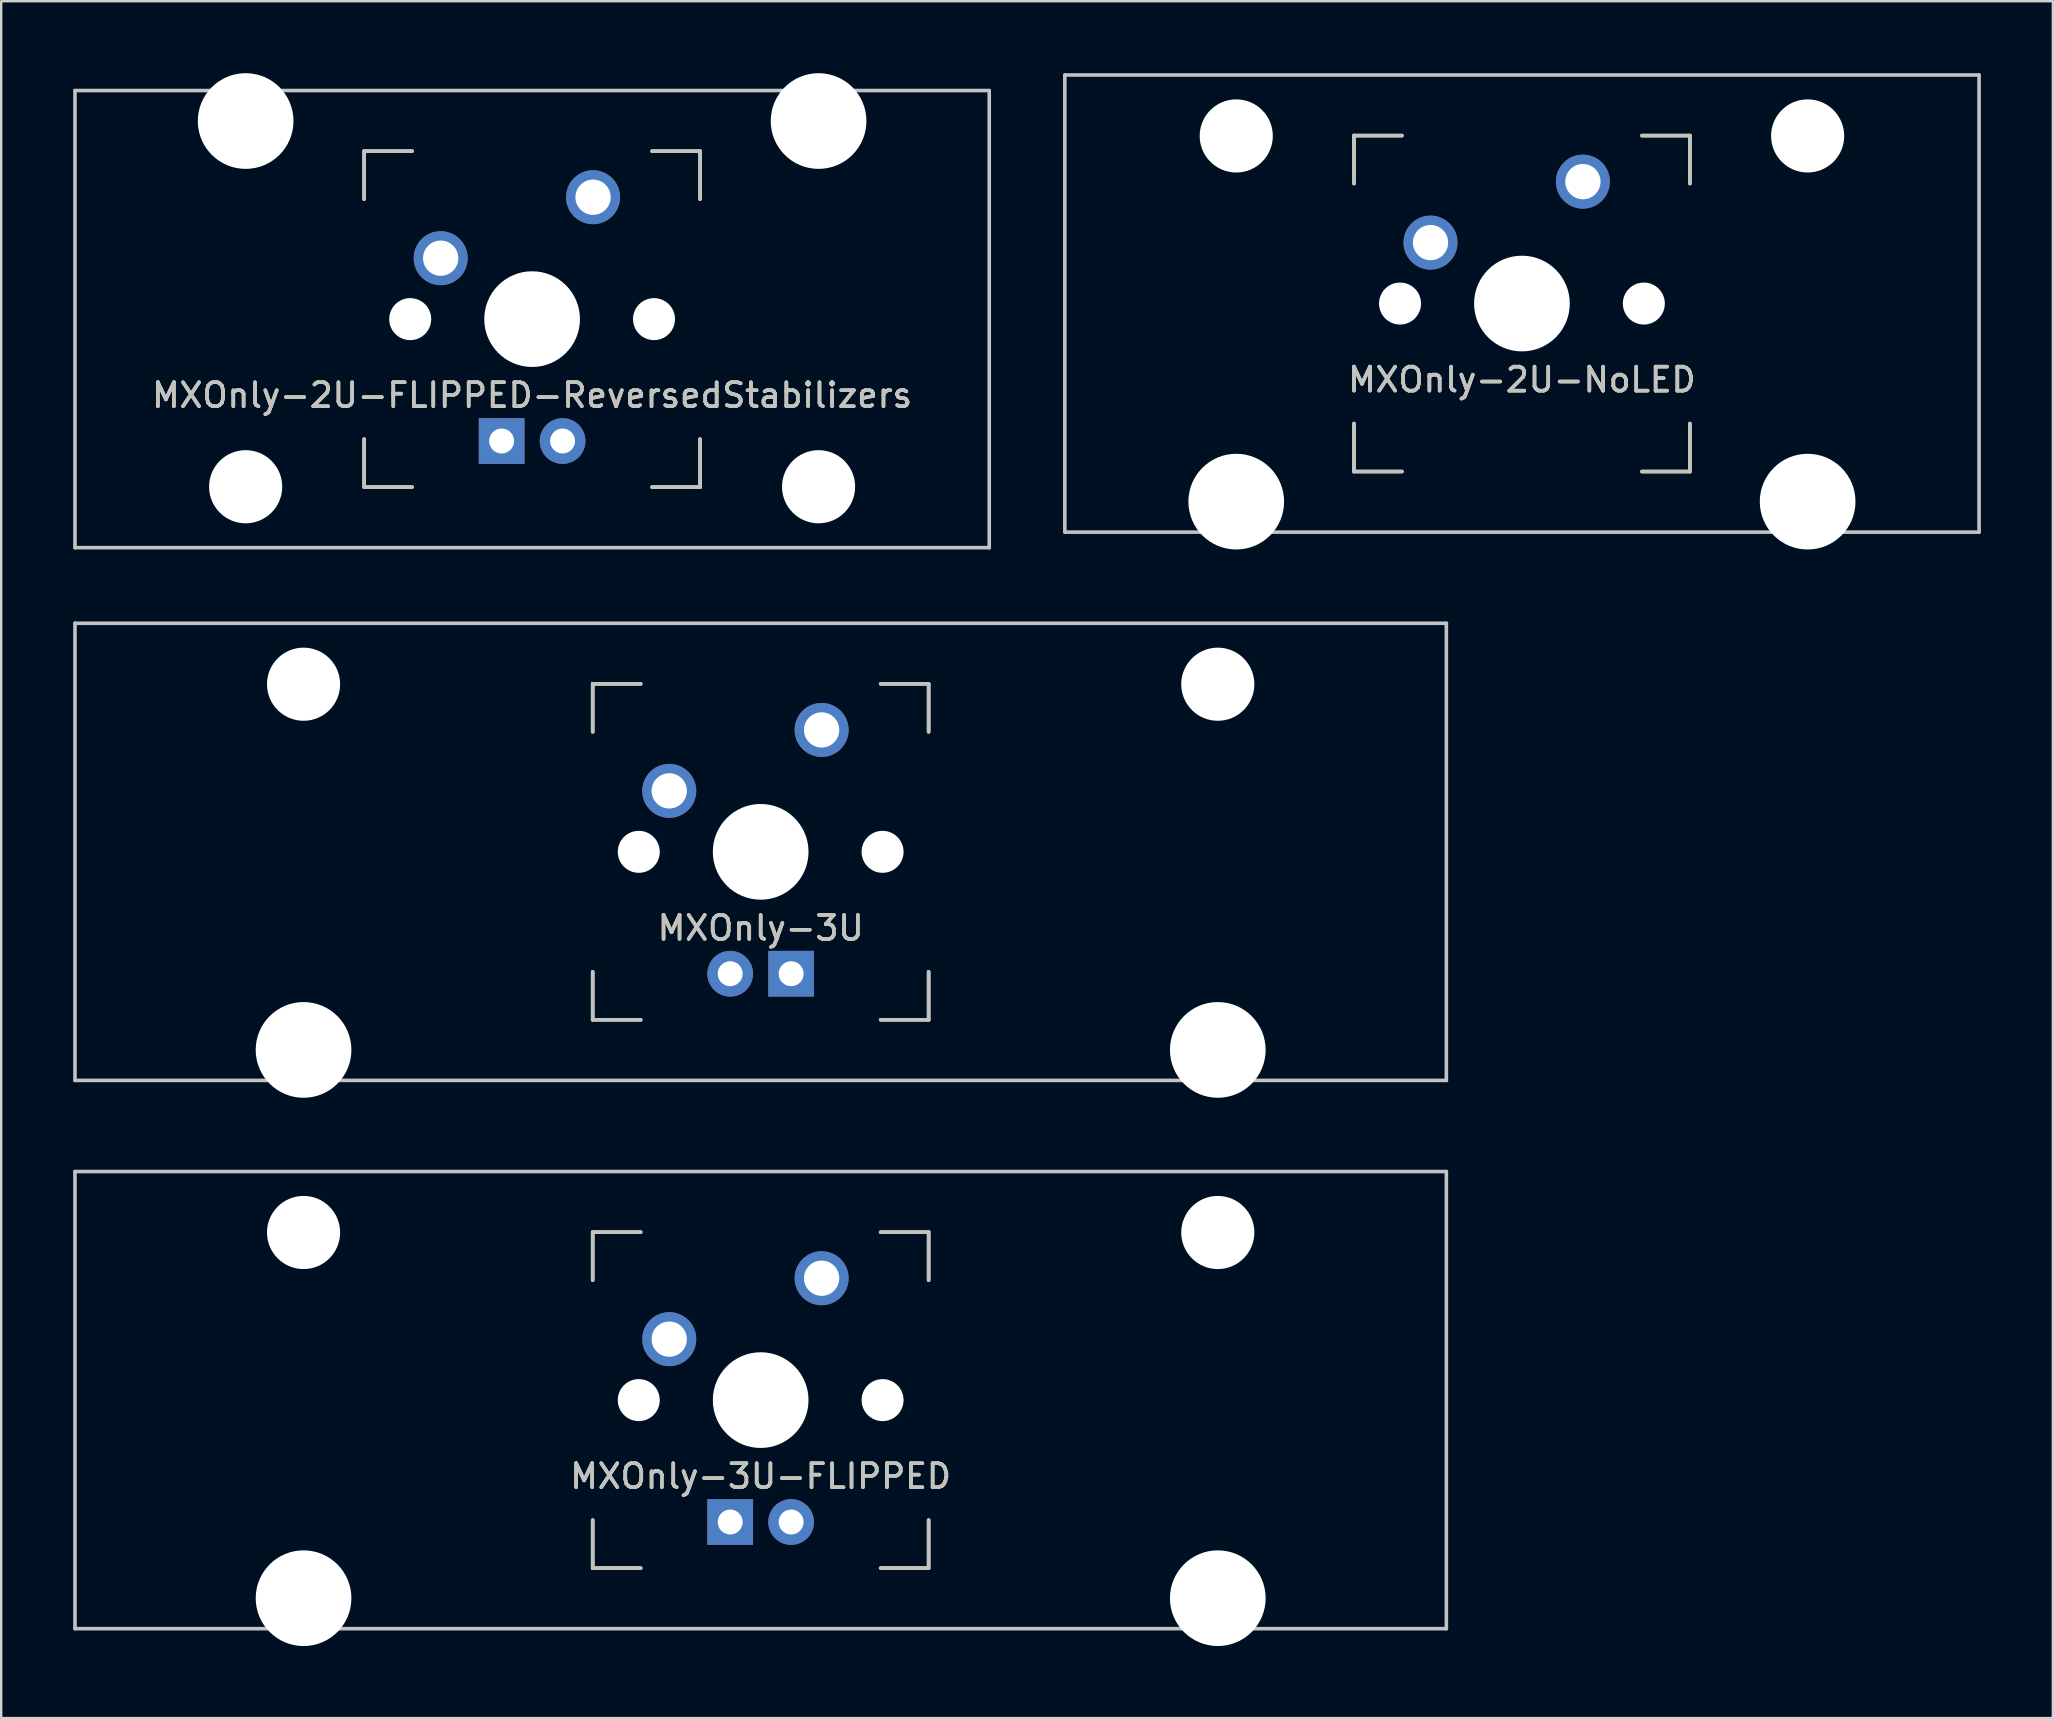
<source format=kicad_pcb>
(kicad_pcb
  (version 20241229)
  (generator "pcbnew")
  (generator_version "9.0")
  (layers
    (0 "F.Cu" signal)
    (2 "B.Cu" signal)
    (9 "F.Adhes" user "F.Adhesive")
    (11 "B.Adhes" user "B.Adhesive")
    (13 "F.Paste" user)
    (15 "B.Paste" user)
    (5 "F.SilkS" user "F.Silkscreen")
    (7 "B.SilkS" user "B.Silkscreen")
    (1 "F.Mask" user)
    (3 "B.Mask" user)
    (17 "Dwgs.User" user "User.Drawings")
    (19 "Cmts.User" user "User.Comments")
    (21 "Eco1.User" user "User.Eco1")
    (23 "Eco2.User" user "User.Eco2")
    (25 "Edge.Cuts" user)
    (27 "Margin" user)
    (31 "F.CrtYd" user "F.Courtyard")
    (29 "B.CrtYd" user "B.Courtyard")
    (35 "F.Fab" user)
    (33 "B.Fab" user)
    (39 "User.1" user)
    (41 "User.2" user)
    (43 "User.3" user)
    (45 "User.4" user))
  (footprint "MXOnly-3U"
    (layer "F.Cu")
    (at 28.65 32.449)
    (property "Reference" "MXOnly-3U" (at 0 3.175 0) (layer "Dwgs.User") (effects (font (size 1 1) (thickness 0.15))))
    (attr through_hole)
    (fp_line (start -7 -7) (end -7 -5) (stroke (width 0.15) (type solid)) (layer "F.SilkS"))
    (fp_line (start -7 5) (end -7 7) (stroke (width 0.15) (type solid)) (layer "F.SilkS"))
    (fp_line (start -7 7) (end -5 7) (stroke (width 0.15) (type solid)) (layer "F.SilkS"))
    (fp_line (start -5 -7) (end -7 -7) (stroke (width 0.15) (type solid)) (layer "F.SilkS"))
    (fp_line (start 5 -7) (end 7 -7) (stroke (width 0.15) (type solid)) (layer "F.SilkS"))
    (fp_line (start 5 7) (end 7 7) (stroke (width 0.15) (type solid)) (layer "F.SilkS"))
    (fp_line (start 7 -7) (end 7 -5) (stroke (width 0.15) (type solid)) (layer "F.SilkS"))
    (fp_line (start 7 7) (end 7 5) (stroke (width 0.15) (type solid)) (layer "F.SilkS"))
    (fp_line (start -28.575 -9.525) (end 28.575 -9.525) (stroke (width 0.15) (type solid)) (layer "Dwgs.User"))
    (fp_line (start -28.575 9.525) (end -28.575 -9.525) (stroke (width 0.15) (type solid)) (layer "Dwgs.User"))
    (fp_line (start -28.575 9.525) (end 28.575 9.525) (stroke (width 0.15) (type solid)) (layer "Dwgs.User"))
    (fp_line (start -7 -7) (end -7 -5) (stroke (width 0.15) (type solid)) (layer "Dwgs.User"))
    (fp_line (start -7 5) (end -7 7) (stroke (width 0.15) (type solid)) (layer "Dwgs.User"))
    (fp_line (start -7 7) (end -5 7) (stroke (width 0.15) (type solid)) (layer "Dwgs.User"))
    (fp_line (start -5 -7) (end -7 -7) (stroke (width 0.15) (type solid)) (layer "Dwgs.User"))
    (fp_line (start 5 -7) (end 7 -7) (stroke (width 0.15) (type solid)) (layer "Dwgs.User"))
    (fp_line (start 5 7) (end 7 7) (stroke (width 0.15) (type solid)) (layer "Dwgs.User"))
    (fp_line (start 7 -7) (end 7 -5) (stroke (width 0.15) (type solid)) (layer "Dwgs.User"))
    (fp_line (start 7 7) (end 7 5) (stroke (width 0.15) (type solid)) (layer "Dwgs.User"))
    (fp_line (start 28.575 -9.525) (end 28.575 9.525) (stroke (width 0.15) (type solid)) (layer "Dwgs.User"))
    (fp_text user "${REFERENCE}" (at 0 3.175 0) (layer "F.SilkS") (effects (font (size 1 1) (thickness 0.15))))
    (pad "" np_thru_hole circle (at -19.05 -6.985) (size 3.048 3.048) (drill 3.048) (layers "*.Cu" "*.Mask"))
    (pad "" np_thru_hole circle (at -19.05 8.255) (size 3.988 3.988) (drill 3.988) (layers "*.Cu" "*.Mask"))
    (pad "" np_thru_hole circle (at -5.08 0 48.1) (size 1.75 1.75) (drill 1.75) (layers "*.Cu" "*.Mask"))
    (pad "" np_thru_hole circle (at 0 0) (size 3.988 3.988) (drill 3.988) (layers "*.Cu" "*.Mask"))
    (pad "" np_thru_hole circle (at 5.08 0 48.1) (size 1.75 1.75) (drill 1.75) (layers "*.Cu" "*.Mask"))
    (pad "" np_thru_hole circle (at 19.05 -6.985) (size 3.048 3.048) (drill 3.048) (layers "*.Cu" "*.Mask"))
    (pad "" np_thru_hole circle (at 19.05 8.255) (size 3.988 3.988) (drill 3.988) (layers "*.Cu" "*.Mask"))
    (pad "1" thru_hole circle (at -3.81 -2.54 48.1) (size 2.25 2.25) (drill 1.47) (layers "*.Cu" "B.Mask"))
    (pad "2" thru_hole circle (at 2.54 -5.08) (size 2.25 2.25) (drill 1.47) (layers "*.Cu" "B.Mask"))
    (pad "3" thru_hole circle (at -1.27 5.08) (size 1.905 1.905) (drill 1.04) (layers "*.Cu" "B.Mask"))
    (pad "4" thru_hole rect (at 1.27 5.08) (size 1.905 1.905) (drill 1.04) (layers "*.Cu" "B.Mask")))
  (footprint "MXOnly-2U-FLIPPED-ReversedStabilizers"
    (layer "F.Cu")
    (at 19.125 10.249)
    (property "Reference" "MXOnly-2U-FLIPPED-ReversedStabilizers" (at 0 3.175 0) (layer "Dwgs.User") (effects (font (size 1 1) (thickness 0.15))))
    (attr through_hole)
    (fp_line (start -7 -7) (end -7 -5) (stroke (width 0.15) (type solid)) (layer "F.SilkS"))
    (fp_line (start -7 5) (end -7 7) (stroke (width 0.15) (type solid)) (layer "F.SilkS"))
    (fp_line (start -7 7) (end -5 7) (stroke (width 0.15) (type solid)) (layer "F.SilkS"))
    (fp_line (start -5 -7) (end -7 -7) (stroke (width 0.15) (type solid)) (layer "F.SilkS"))
    (fp_line (start 5 -7) (end 7 -7) (stroke (width 0.15) (type solid)) (layer "F.SilkS"))
    (fp_line (start 5 7) (end 7 7) (stroke (width 0.15) (type solid)) (layer "F.SilkS"))
    (fp_line (start 7 -7) (end 7 -5) (stroke (width 0.15) (type solid)) (layer "F.SilkS"))
    (fp_line (start 7 7) (end 7 5) (stroke (width 0.15) (type solid)) (layer "F.SilkS"))
    (fp_line (start -19.05 -9.525) (end 19.05 -9.525) (stroke (width 0.15) (type solid)) (layer "Dwgs.User"))
    (fp_line (start -19.05 9.525) (end -19.05 -9.525) (stroke (width 0.15) (type solid)) (layer "Dwgs.User"))
    (fp_line (start -19.05 9.525) (end 19.05 9.525) (stroke (width 0.15) (type solid)) (layer "Dwgs.User"))
    (fp_line (start -7 -7) (end -7 -5) (stroke (width 0.15) (type solid)) (layer "Dwgs.User"))
    (fp_line (start -7 5) (end -7 7) (stroke (width 0.15) (type solid)) (layer "Dwgs.User"))
    (fp_line (start -7 7) (end -5 7) (stroke (width 0.15) (type solid)) (layer "Dwgs.User"))
    (fp_line (start -5 -7) (end -7 -7) (stroke (width 0.15) (type solid)) (layer "Dwgs.User"))
    (fp_line (start 5 -7) (end 7 -7) (stroke (width 0.15) (type solid)) (layer "Dwgs.User"))
    (fp_line (start 5 7) (end 7 7) (stroke (width 0.15) (type solid)) (layer "Dwgs.User"))
    (fp_line (start 7 -7) (end 7 -5) (stroke (width 0.15) (type solid)) (layer "Dwgs.User"))
    (fp_line (start 7 7) (end 7 5) (stroke (width 0.15) (type solid)) (layer "Dwgs.User"))
    (fp_line (start 19.05 -9.525) (end 19.05 9.525) (stroke (width 0.15) (type solid)) (layer "Dwgs.User"))
    (fp_text user "${REFERENCE}" (at 0 3.175 0) (layer "F.SilkS") (effects (font (size 1 1) (thickness 0.15))))
    (pad "" np_thru_hole circle (at -11.938 -8.255) (size 3.988 3.988) (drill 3.988) (layers "*.Cu" "*.Mask"))
    (pad "" np_thru_hole circle (at -11.938 6.985) (size 3.048 3.048) (drill 3.048) (layers "*.Cu" "*.Mask"))
    (pad "" np_thru_hole circle (at -5.08 0 48.1) (size 1.75 1.75) (drill 1.75) (layers "*.Cu" "*.Mask"))
    (pad "" np_thru_hole circle (at 0 0) (size 3.988 3.988) (drill 3.988) (layers "*.Cu" "*.Mask"))
    (pad "" np_thru_hole circle (at 5.08 0 48.1) (size 1.75 1.75) (drill 1.75) (layers "*.Cu" "*.Mask"))
    (pad "" np_thru_hole circle (at 11.938 -8.255) (size 3.988 3.988) (drill 3.988) (layers "*.Cu" "*.Mask"))
    (pad "" np_thru_hole circle (at 11.938 6.985) (size 3.048 3.048) (drill 3.048) (layers "*.Cu" "*.Mask"))
    (pad "1" thru_hole circle (at -3.81 -2.54) (size 2.25 2.25) (drill 1.47) (layers "*.Cu" "B.Mask"))
    (pad "2" thru_hole circle (at 2.54 -5.08) (size 2.25 2.25) (drill 1.47) (layers "*.Cu" "B.Mask"))
    (pad "3" thru_hole circle (at 1.27 5.08) (size 1.905 1.905) (drill 1.04) (layers "*.Cu" "B.Mask"))
    (pad "4" thru_hole rect (at -1.27 5.08) (size 1.905 1.905) (drill 1.04) (layers "*.Cu" "B.Mask")))
  (footprint "MXOnly-3U-FLIPPED"
    (layer "F.Cu")
    (at 28.65 55.298)
    (property "Reference" "MXOnly-3U-FLIPPED" (at 0 3.175 0) (layer "Dwgs.User") (effects (font (size 1 1) (thickness 0.15))))
    (attr through_hole)
    (fp_line (start -7 -7) (end -7 -5) (stroke (width 0.15) (type solid)) (layer "F.SilkS"))
    (fp_line (start -7 5) (end -7 7) (stroke (width 0.15) (type solid)) (layer "F.SilkS"))
    (fp_line (start -7 7) (end -5 7) (stroke (width 0.15) (type solid)) (layer "F.SilkS"))
    (fp_line (start -5 -7) (end -7 -7) (stroke (width 0.15) (type solid)) (layer "F.SilkS"))
    (fp_line (start 5 -7) (end 7 -7) (stroke (width 0.15) (type solid)) (layer "F.SilkS"))
    (fp_line (start 5 7) (end 7 7) (stroke (width 0.15) (type solid)) (layer "F.SilkS"))
    (fp_line (start 7 -7) (end 7 -5) (stroke (width 0.15) (type solid)) (layer "F.SilkS"))
    (fp_line (start 7 7) (end 7 5) (stroke (width 0.15) (type solid)) (layer "F.SilkS"))
    (fp_line (start -28.575 -9.525) (end 28.575 -9.525) (stroke (width 0.15) (type solid)) (layer "Dwgs.User"))
    (fp_line (start -28.575 9.525) (end -28.575 -9.525) (stroke (width 0.15) (type solid)) (layer "Dwgs.User"))
    (fp_line (start -28.575 9.525) (end 28.575 9.525) (stroke (width 0.15) (type solid)) (layer "Dwgs.User"))
    (fp_line (start -7 -7) (end -7 -5) (stroke (width 0.15) (type solid)) (layer "Dwgs.User"))
    (fp_line (start -7 5) (end -7 7) (stroke (width 0.15) (type solid)) (layer "Dwgs.User"))
    (fp_line (start -7 7) (end -5 7) (stroke (width 0.15) (type solid)) (layer "Dwgs.User"))
    (fp_line (start -5 -7) (end -7 -7) (stroke (width 0.15) (type solid)) (layer "Dwgs.User"))
    (fp_line (start 5 -7) (end 7 -7) (stroke (width 0.15) (type solid)) (layer "Dwgs.User"))
    (fp_line (start 5 7) (end 7 7) (stroke (width 0.15) (type solid)) (layer "Dwgs.User"))
    (fp_line (start 7 -7) (end 7 -5) (stroke (width 0.15) (type solid)) (layer "Dwgs.User"))
    (fp_line (start 7 7) (end 7 5) (stroke (width 0.15) (type solid)) (layer "Dwgs.User"))
    (fp_line (start 28.575 -9.525) (end 28.575 9.525) (stroke (width 0.15) (type solid)) (layer "Dwgs.User"))
    (fp_text user "${REFERENCE}" (at 0 3.175 0) (layer "F.SilkS") (effects (font (size 1 1) (thickness 0.15))))
    (pad "" np_thru_hole circle (at -19.05 -6.985) (size 3.048 3.048) (drill 3.048) (layers "*.Cu" "*.Mask"))
    (pad "" np_thru_hole circle (at -19.05 8.255) (size 3.988 3.988) (drill 3.988) (layers "*.Cu" "*.Mask"))
    (pad "" np_thru_hole circle (at -5.08 0 48.1) (size 1.75 1.75) (drill 1.75) (layers "*.Cu" "*.Mask"))
    (pad "" np_thru_hole circle (at 0 0) (size 3.988 3.988) (drill 3.988) (layers "*.Cu" "*.Mask"))
    (pad "" np_thru_hole circle (at 5.08 0 48.1) (size 1.75 1.75) (drill 1.75) (layers "*.Cu" "*.Mask"))
    (pad "" np_thru_hole circle (at 19.05 -6.985) (size 3.048 3.048) (drill 3.048) (layers "*.Cu" "*.Mask"))
    (pad "" np_thru_hole circle (at 19.05 8.255) (size 3.988 3.988) (drill 3.988) (layers "*.Cu" "*.Mask"))
    (pad "1" thru_hole circle (at -3.81 -2.54 48.1) (size 2.25 2.25) (drill 1.47) (layers "*.Cu" "B.Mask"))
    (pad "2" thru_hole circle (at 2.54 -5.08) (size 2.25 2.25) (drill 1.47) (layers "*.Cu" "B.Mask"))
    (pad "3" thru_hole circle (at 1.27 5.08) (size 1.905 1.905) (drill 1.04) (layers "*.Cu" "B.Mask"))
    (pad "4" thru_hole rect (at -1.27 5.08) (size 1.905 1.905) (drill 1.04) (layers "*.Cu" "B.Mask")))
  (footprint "MXOnly-2U-NoLED"
    (layer "F.Cu")
    (at 60.375 9.6)
    (property "Reference" "MXOnly-2U-NoLED" (at 0 3.175 0) (layer "Dwgs.User") (effects (font (size 1 1) (thickness 0.15))))
    (attr through_hole)
    (fp_line (start -7 -7) (end -7 -5) (stroke (width 0.15) (type solid)) (layer "F.SilkS"))
    (fp_line (start -7 5) (end -7 7) (stroke (width 0.15) (type solid)) (layer "F.SilkS"))
    (fp_line (start -7 7) (end -5 7) (stroke (width 0.15) (type solid)) (layer "F.SilkS"))
    (fp_line (start -5 -7) (end -7 -7) (stroke (width 0.15) (type solid)) (layer "F.SilkS"))
    (fp_line (start 5 -7) (end 7 -7) (stroke (width 0.15) (type solid)) (layer "F.SilkS"))
    (fp_line (start 5 7) (end 7 7) (stroke (width 0.15) (type solid)) (layer "F.SilkS"))
    (fp_line (start 7 -7) (end 7 -5) (stroke (width 0.15) (type solid)) (layer "F.SilkS"))
    (fp_line (start 7 7) (end 7 5) (stroke (width 0.15) (type solid)) (layer "F.SilkS"))
    (fp_line (start -19.05 -9.525) (end 19.05 -9.525) (stroke (width 0.15) (type solid)) (layer "Dwgs.User"))
    (fp_line (start -19.05 9.525) (end -19.05 -9.525) (stroke (width 0.15) (type solid)) (layer "Dwgs.User"))
    (fp_line (start -19.05 9.525) (end 19.05 9.525) (stroke (width 0.15) (type solid)) (layer "Dwgs.User"))
    (fp_line (start -7 -7) (end -7 -5) (stroke (width 0.15) (type solid)) (layer "Dwgs.User"))
    (fp_line (start -7 5) (end -7 7) (stroke (width 0.15) (type solid)) (layer "Dwgs.User"))
    (fp_line (start -7 7) (end -5 7) (stroke (width 0.15) (type solid)) (layer "Dwgs.User"))
    (fp_line (start -5 -7) (end -7 -7) (stroke (width 0.15) (type solid)) (layer "Dwgs.User"))
    (fp_line (start 5 -7) (end 7 -7) (stroke (width 0.15) (type solid)) (layer "Dwgs.User"))
    (fp_line (start 5 7) (end 7 7) (stroke (width 0.15) (type solid)) (layer "Dwgs.User"))
    (fp_line (start 7 -7) (end 7 -5) (stroke (width 0.15) (type solid)) (layer "Dwgs.User"))
    (fp_line (start 7 7) (end 7 5) (stroke (width 0.15) (type solid)) (layer "Dwgs.User"))
    (fp_line (start 19.05 -9.525) (end 19.05 9.525) (stroke (width 0.15) (type solid)) (layer "Dwgs.User"))
    (fp_text user "${REFERENCE}" (at 0 3.175 0) (layer "F.SilkS") (effects (font (size 1 1) (thickness 0.15))))
    (pad "" np_thru_hole circle (at -11.906 -6.985) (size 3.048 3.048) (drill 3.048) (layers "*.Cu" "*.Mask"))
    (pad "" np_thru_hole circle (at -11.906 8.255) (size 3.988 3.988) (drill 3.988) (layers "*.Cu" "*.Mask"))
    (pad "" np_thru_hole circle (at -5.08 0 48.1) (size 1.75 1.75) (drill 1.75) (layers "*.Cu" "*.Mask"))
    (pad "" np_thru_hole circle (at 0 0) (size 3.988 3.988) (drill 3.988) (layers "*.Cu" "*.Mask"))
    (pad "" np_thru_hole circle (at 5.08 0 48.1) (size 1.75 1.75) (drill 1.75) (layers "*.Cu" "*.Mask"))
    (pad "" np_thru_hole circle (at 11.906 -6.985) (size 3.048 3.048) (drill 3.048) (layers "*.Cu" "*.Mask"))
    (pad "" np_thru_hole circle (at 11.906 8.255) (size 3.988 3.988) (drill 3.988) (layers "*.Cu" "*.Mask"))
    (pad "1" thru_hole circle (at -3.81 -2.54) (size 2.25 2.25) (drill 1.47) (layers "*.Cu" "B.Mask"))
    (pad "2" thru_hole circle (at 2.54 -5.08) (size 2.25 2.25) (drill 1.47) (layers "*.Cu" "B.Mask")))
  (gr_rect
    (start -3 -3)
    (end 82.5 68.547)
    (stroke (width 0.1) (type default))
    (fill no)
    (layer "Edge.Cuts")))
</source>
